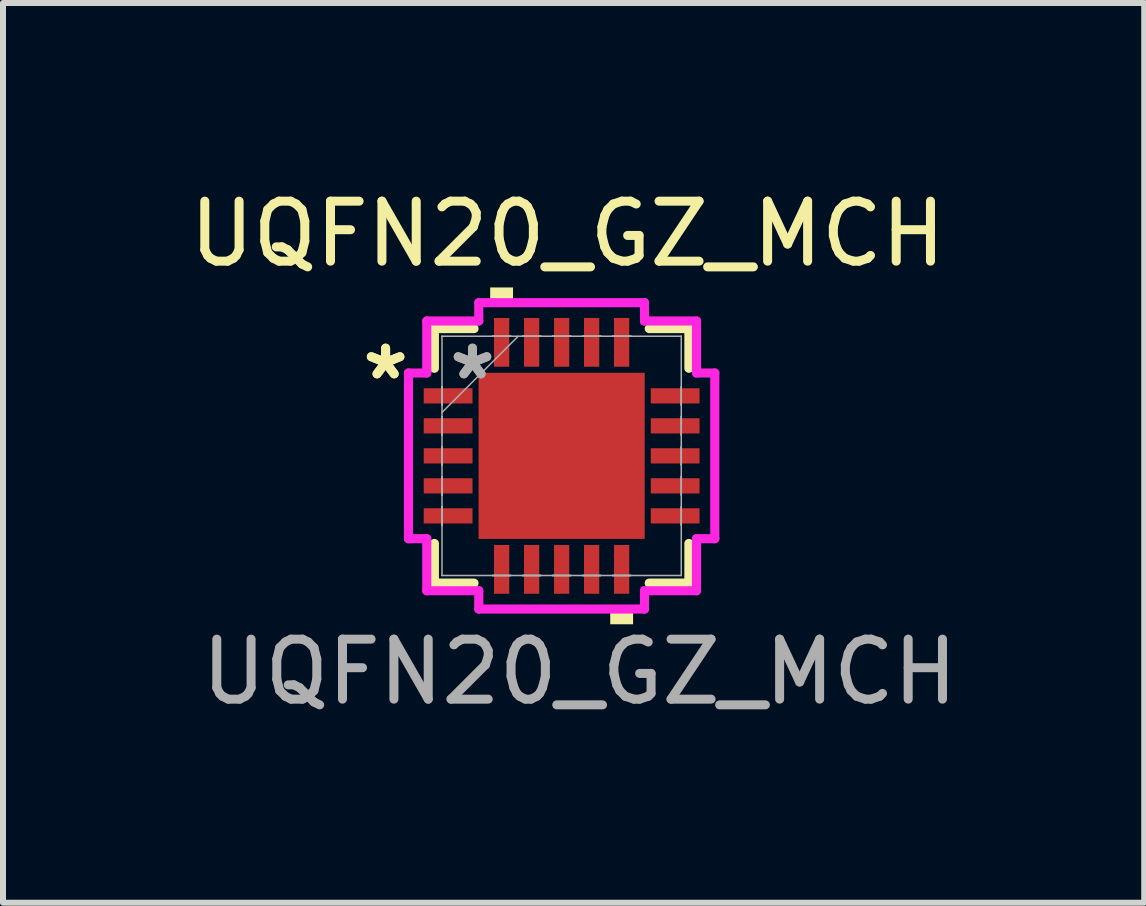
<source format=kicad_pcb>
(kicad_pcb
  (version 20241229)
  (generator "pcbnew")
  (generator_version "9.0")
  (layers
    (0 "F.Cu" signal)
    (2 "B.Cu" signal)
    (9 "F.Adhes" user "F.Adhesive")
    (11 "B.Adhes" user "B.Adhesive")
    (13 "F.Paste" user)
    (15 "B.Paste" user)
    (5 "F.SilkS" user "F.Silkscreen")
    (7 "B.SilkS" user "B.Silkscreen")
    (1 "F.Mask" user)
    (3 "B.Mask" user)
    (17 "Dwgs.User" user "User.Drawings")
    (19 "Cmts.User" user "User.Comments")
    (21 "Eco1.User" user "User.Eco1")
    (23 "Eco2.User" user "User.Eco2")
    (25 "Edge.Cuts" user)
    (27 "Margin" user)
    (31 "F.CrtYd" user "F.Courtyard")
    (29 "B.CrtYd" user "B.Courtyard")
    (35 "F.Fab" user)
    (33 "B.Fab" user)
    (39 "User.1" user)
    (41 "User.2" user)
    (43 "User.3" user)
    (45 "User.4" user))
  (footprint "UQFN20_GZ_MCH"
    (layer "F.Cu")
    (at 6.311 4.548)
    (property "Reference" "UQFN20_GZ_MCH" (at 0.1 -3.7 0) (unlocked yes) (layer "F.SilkS") (effects (font (size 1 1) (thickness 0.15))))
    (attr smd)
    (fp_line (start -2.121 -2.121) (end -2.121 -1.46) (stroke (width 0.152) (type solid)) (layer "F.SilkS"))
    (fp_line (start -2.121 1.46) (end -2.121 2.121) (stroke (width 0.152) (type solid)) (layer "F.SilkS"))
    (fp_line (start -2.121 2.121) (end -1.46 2.121) (stroke (width 0.152) (type solid)) (layer "F.SilkS"))
    (fp_line (start -1.46 -2.121) (end -2.121 -2.121) (stroke (width 0.152) (type solid)) (layer "F.SilkS"))
    (fp_line (start 1.46 2.121) (end 2.121 2.121) (stroke (width 0.152) (type solid)) (layer "F.SilkS"))
    (fp_line (start 2.121 -2.121) (end 1.46 -2.121) (stroke (width 0.152) (type solid)) (layer "F.SilkS"))
    (fp_line (start 2.121 -1.46) (end 2.121 -2.121) (stroke (width 0.152) (type solid)) (layer "F.SilkS"))
    (fp_line (start 2.121 2.121) (end 2.121 1.46) (stroke (width 0.152) (type solid)) (layer "F.SilkS"))
    (fp_poly (pts (xy -1.191 -2.553) (xy -1.191 -2.807) (xy -0.81 -2.807) (xy -0.81 -2.553)) (stroke (width 0) (type solid)) (fill yes) (layer "F.SilkS"))
    (fp_poly (pts (xy 0.81 2.553) (xy 0.81 2.807) (xy 1.191 2.807) (xy 1.191 2.553)) (stroke (width 0) (type solid)) (fill yes) (layer "F.SilkS"))
    (fp_poly (pts (xy -1.284 -1.284) (xy -1.284 -0.1) (xy -0.1 -0.1) (xy -0.1 -1.284)) (stroke (width 0) (type solid)) (fill yes) (layer "F.Paste"))
    (fp_poly (pts (xy -1.284 0.1) (xy -1.284 1.284) (xy -0.1 1.284) (xy -0.1 0.1)) (stroke (width 0) (type solid)) (fill yes) (layer "F.Paste"))
    (fp_poly (pts (xy 0.1 -1.284) (xy 0.1 -0.1) (xy 1.284 -0.1) (xy 1.284 -1.284)) (stroke (width 0) (type solid)) (fill yes) (layer "F.Paste"))
    (fp_poly (pts (xy 0.1 0.1) (xy 0.1 1.284) (xy 1.284 1.284) (xy 1.284 0.1)) (stroke (width 0) (type solid)) (fill yes) (layer "F.Paste"))
    (fp_line (start -2.553 -1.381) (end -2.248 -1.381) (stroke (width 0.152) (type solid)) (layer "F.CrtYd"))
    (fp_line (start -2.553 1.381) (end -2.553 -1.381) (stroke (width 0.152) (type solid)) (layer "F.CrtYd"))
    (fp_line (start -2.248 -2.248) (end -1.381 -2.248) (stroke (width 0.152) (type solid)) (layer "F.CrtYd"))
    (fp_line (start -2.248 -1.381) (end -2.248 -2.248) (stroke (width 0.152) (type solid)) (layer "F.CrtYd"))
    (fp_line (start -2.248 1.381) (end -2.553 1.381) (stroke (width 0.152) (type solid)) (layer "F.CrtYd"))
    (fp_line (start -2.248 2.248) (end -2.248 1.381) (stroke (width 0.152) (type solid)) (layer "F.CrtYd"))
    (fp_line (start -1.381 -2.553) (end 1.381 -2.553) (stroke (width 0.152) (type solid)) (layer "F.CrtYd"))
    (fp_line (start -1.381 -2.248) (end -1.381 -2.553) (stroke (width 0.152) (type solid)) (layer "F.CrtYd"))
    (fp_line (start -1.381 2.248) (end -2.248 2.248) (stroke (width 0.152) (type solid)) (layer "F.CrtYd"))
    (fp_line (start -1.381 2.553) (end -1.381 2.248) (stroke (width 0.152) (type solid)) (layer "F.CrtYd"))
    (fp_line (start 1.381 -2.553) (end 1.381 -2.248) (stroke (width 0.152) (type solid)) (layer "F.CrtYd"))
    (fp_line (start 1.381 -2.248) (end 2.248 -2.248) (stroke (width 0.152) (type solid)) (layer "F.CrtYd"))
    (fp_line (start 1.381 2.248) (end 1.381 2.553) (stroke (width 0.152) (type solid)) (layer "F.CrtYd"))
    (fp_line (start 1.381 2.553) (end -1.381 2.553) (stroke (width 0.152) (type solid)) (layer "F.CrtYd"))
    (fp_line (start 2.248 -2.248) (end 2.248 -1.381) (stroke (width 0.152) (type solid)) (layer "F.CrtYd"))
    (fp_line (start 2.248 -1.381) (end 2.553 -1.381) (stroke (width 0.152) (type solid)) (layer "F.CrtYd"))
    (fp_line (start 2.248 1.381) (end 2.248 2.248) (stroke (width 0.152) (type solid)) (layer "F.CrtYd"))
    (fp_line (start 2.248 2.248) (end 1.381 2.248) (stroke (width 0.152) (type solid)) (layer "F.CrtYd"))
    (fp_line (start 2.553 -1.381) (end 2.553 1.381) (stroke (width 0.152) (type solid)) (layer "F.CrtYd"))
    (fp_line (start 2.553 1.381) (end 2.248 1.381) (stroke (width 0.152) (type solid)) (layer "F.CrtYd"))
    (fp_line (start -1.994 -1.994) (end -1.994 -1.994) (stroke (width 0.025) (type solid)) (layer "F.Fab"))
    (fp_line (start -1.994 -1.994) (end -1.994 1.994) (stroke (width 0.025) (type solid)) (layer "F.Fab"))
    (fp_line (start -1.994 -1.152) (end -1.994 -1.152) (stroke (width 0.025) (type solid)) (layer "F.Fab"))
    (fp_line (start -1.994 -1.152) (end -1.994 -0.848) (stroke (width 0.025) (type solid)) (layer "F.Fab"))
    (fp_line (start -1.994 -0.848) (end -1.994 -1.152) (stroke (width 0.025) (type solid)) (layer "F.Fab"))
    (fp_line (start -1.994 -0.848) (end -1.994 -0.848) (stroke (width 0.025) (type solid)) (layer "F.Fab"))
    (fp_line (start -1.994 -0.724) (end -0.724 -1.994) (stroke (width 0.025) (type solid)) (layer "F.Fab"))
    (fp_line (start -1.994 -0.652) (end -1.994 -0.652) (stroke (width 0.025) (type solid)) (layer "F.Fab"))
    (fp_line (start -1.994 -0.652) (end -1.994 -0.348) (stroke (width 0.025) (type solid)) (layer "F.Fab"))
    (fp_line (start -1.994 -0.348) (end -1.994 -0.652) (stroke (width 0.025) (type solid)) (layer "F.Fab"))
    (fp_line (start -1.994 -0.348) (end -1.994 -0.348) (stroke (width 0.025) (type solid)) (layer "F.Fab"))
    (fp_line (start -1.994 -0.152) (end -1.994 -0.152) (stroke (width 0.025) (type solid)) (layer "F.Fab"))
    (fp_line (start -1.994 -0.152) (end -1.994 0.152) (stroke (width 0.025) (type solid)) (layer "F.Fab"))
    (fp_line (start -1.994 0.152) (end -1.994 -0.152) (stroke (width 0.025) (type solid)) (layer "F.Fab"))
    (fp_line (start -1.994 0.152) (end -1.994 0.152) (stroke (width 0.025) (type solid)) (layer "F.Fab"))
    (fp_line (start -1.994 0.348) (end -1.994 0.348) (stroke (width 0.025) (type solid)) (layer "F.Fab"))
    (fp_line (start -1.994 0.348) (end -1.994 0.652) (stroke (width 0.025) (type solid)) (layer "F.Fab"))
    (fp_line (start -1.994 0.652) (end -1.994 0.348) (stroke (width 0.025) (type solid)) (layer "F.Fab"))
    (fp_line (start -1.994 0.652) (end -1.994 0.652) (stroke (width 0.025) (type solid)) (layer "F.Fab"))
    (fp_line (start -1.994 0.848) (end -1.994 0.848) (stroke (width 0.025) (type solid)) (layer "F.Fab"))
    (fp_line (start -1.994 0.848) (end -1.994 1.152) (stroke (width 0.025) (type solid)) (layer "F.Fab"))
    (fp_line (start -1.994 1.152) (end -1.994 0.848) (stroke (width 0.025) (type solid)) (layer "F.Fab"))
    (fp_line (start -1.994 1.152) (end -1.994 1.152) (stroke (width 0.025) (type solid)) (layer "F.Fab"))
    (fp_line (start -1.994 1.994) (end -1.994 1.994) (stroke (width 0.025) (type solid)) (layer "F.Fab"))
    (fp_line (start -1.994 1.994) (end 1.994 1.994) (stroke (width 0.025) (type solid)) (layer "F.Fab"))
    (fp_line (start -1.152 -1.994) (end -1.152 -1.994) (stroke (width 0.025) (type solid)) (layer "F.Fab"))
    (fp_line (start -1.152 -1.994) (end -0.848 -1.994) (stroke (width 0.025) (type solid)) (layer "F.Fab"))
    (fp_line (start -1.152 1.994) (end -1.152 1.994) (stroke (width 0.025) (type solid)) (layer "F.Fab"))
    (fp_line (start -1.152 1.994) (end -0.848 1.994) (stroke (width 0.025) (type solid)) (layer "F.Fab"))
    (fp_line (start -0.848 -1.994) (end -1.152 -1.994) (stroke (width 0.025) (type solid)) (layer "F.Fab"))
    (fp_line (start -0.848 -1.994) (end -0.848 -1.994) (stroke (width 0.025) (type solid)) (layer "F.Fab"))
    (fp_line (start -0.848 1.994) (end -1.152 1.994) (stroke (width 0.025) (type solid)) (layer "F.Fab"))
    (fp_line (start -0.848 1.994) (end -0.848 1.994) (stroke (width 0.025) (type solid)) (layer "F.Fab"))
    (fp_line (start -0.652 -1.994) (end -0.652 -1.994) (stroke (width 0.025) (type solid)) (layer "F.Fab"))
    (fp_line (start -0.652 -1.994) (end -0.348 -1.994) (stroke (width 0.025) (type solid)) (layer "F.Fab"))
    (fp_line (start -0.652 1.994) (end -0.652 1.994) (stroke (width 0.025) (type solid)) (layer "F.Fab"))
    (fp_line (start -0.652 1.994) (end -0.348 1.994) (stroke (width 0.025) (type solid)) (layer "F.Fab"))
    (fp_line (start -0.348 -1.994) (end -0.652 -1.994) (stroke (width 0.025) (type solid)) (layer "F.Fab"))
    (fp_line (start -0.348 -1.994) (end -0.348 -1.994) (stroke (width 0.025) (type solid)) (layer "F.Fab"))
    (fp_line (start -0.348 1.994) (end -0.652 1.994) (stroke (width 0.025) (type solid)) (layer "F.Fab"))
    (fp_line (start -0.348 1.994) (end -0.348 1.994) (stroke (width 0.025) (type solid)) (layer "F.Fab"))
    (fp_line (start -0.152 -1.994) (end -0.152 -1.994) (stroke (width 0.025) (type solid)) (layer "F.Fab"))
    (fp_line (start -0.152 -1.994) (end 0.152 -1.994) (stroke (width 0.025) (type solid)) (layer "F.Fab"))
    (fp_line (start -0.152 1.994) (end -0.152 1.994) (stroke (width 0.025) (type solid)) (layer "F.Fab"))
    (fp_line (start -0.152 1.994) (end 0.152 1.994) (stroke (width 0.025) (type solid)) (layer "F.Fab"))
    (fp_line (start 0.152 -1.994) (end -0.152 -1.994) (stroke (width 0.025) (type solid)) (layer "F.Fab"))
    (fp_line (start 0.152 -1.994) (end 0.152 -1.994) (stroke (width 0.025) (type solid)) (layer "F.Fab"))
    (fp_line (start 0.152 1.994) (end -0.152 1.994) (stroke (width 0.025) (type solid)) (layer "F.Fab"))
    (fp_line (start 0.152 1.994) (end 0.152 1.994) (stroke (width 0.025) (type solid)) (layer "F.Fab"))
    (fp_line (start 0.348 -1.994) (end 0.348 -1.994) (stroke (width 0.025) (type solid)) (layer "F.Fab"))
    (fp_line (start 0.348 -1.994) (end 0.652 -1.994) (stroke (width 0.025) (type solid)) (layer "F.Fab"))
    (fp_line (start 0.348 1.994) (end 0.348 1.994) (stroke (width 0.025) (type solid)) (layer "F.Fab"))
    (fp_line (start 0.348 1.994) (end 0.652 1.994) (stroke (width 0.025) (type solid)) (layer "F.Fab"))
    (fp_line (start 0.652 -1.994) (end 0.348 -1.994) (stroke (width 0.025) (type solid)) (layer "F.Fab"))
    (fp_line (start 0.652 -1.994) (end 0.652 -1.994) (stroke (width 0.025) (type solid)) (layer "F.Fab"))
    (fp_line (start 0.652 1.994) (end 0.348 1.994) (stroke (width 0.025) (type solid)) (layer "F.Fab"))
    (fp_line (start 0.652 1.994) (end 0.652 1.994) (stroke (width 0.025) (type solid)) (layer "F.Fab"))
    (fp_line (start 0.848 -1.994) (end 0.848 -1.994) (stroke (width 0.025) (type solid)) (layer "F.Fab"))
    (fp_line (start 0.848 -1.994) (end 1.152 -1.994) (stroke (width 0.025) (type solid)) (layer "F.Fab"))
    (fp_line (start 0.848 1.994) (end 0.848 1.994) (stroke (width 0.025) (type solid)) (layer "F.Fab"))
    (fp_line (start 0.848 1.994) (end 1.152 1.994) (stroke (width 0.025) (type solid)) (layer "F.Fab"))
    (fp_line (start 1.152 -1.994) (end 0.848 -1.994) (stroke (width 0.025) (type solid)) (layer "F.Fab"))
    (fp_line (start 1.152 -1.994) (end 1.152 -1.994) (stroke (width 0.025) (type solid)) (layer "F.Fab"))
    (fp_line (start 1.152 1.994) (end 0.848 1.994) (stroke (width 0.025) (type solid)) (layer "F.Fab"))
    (fp_line (start 1.152 1.994) (end 1.152 1.994) (stroke (width 0.025) (type solid)) (layer "F.Fab"))
    (fp_line (start 1.994 -1.994) (end -1.994 -1.994) (stroke (width 0.025) (type solid)) (layer "F.Fab"))
    (fp_line (start 1.994 -1.994) (end 1.994 -1.994) (stroke (width 0.025) (type solid)) (layer "F.Fab"))
    (fp_line (start 1.994 -1.152) (end 1.994 -1.152) (stroke (width 0.025) (type solid)) (layer "F.Fab"))
    (fp_line (start 1.994 -1.152) (end 1.994 -0.848) (stroke (width 0.025) (type solid)) (layer "F.Fab"))
    (fp_line (start 1.994 -0.848) (end 1.994 -1.152) (stroke (width 0.025) (type solid)) (layer "F.Fab"))
    (fp_line (start 1.994 -0.848) (end 1.994 -0.848) (stroke (width 0.025) (type solid)) (layer "F.Fab"))
    (fp_line (start 1.994 -0.652) (end 1.994 -0.652) (stroke (width 0.025) (type solid)) (layer "F.Fab"))
    (fp_line (start 1.994 -0.652) (end 1.994 -0.348) (stroke (width 0.025) (type solid)) (layer "F.Fab"))
    (fp_line (start 1.994 -0.348) (end 1.994 -0.652) (stroke (width 0.025) (type solid)) (layer "F.Fab"))
    (fp_line (start 1.994 -0.348) (end 1.994 -0.348) (stroke (width 0.025) (type solid)) (layer "F.Fab"))
    (fp_line (start 1.994 -0.152) (end 1.994 -0.152) (stroke (width 0.025) (type solid)) (layer "F.Fab"))
    (fp_line (start 1.994 -0.152) (end 1.994 0.152) (stroke (width 0.025) (type solid)) (layer "F.Fab"))
    (fp_line (start 1.994 0.152) (end 1.994 -0.152) (stroke (width 0.025) (type solid)) (layer "F.Fab"))
    (fp_line (start 1.994 0.152) (end 1.994 0.152) (stroke (width 0.025) (type solid)) (layer "F.Fab"))
    (fp_line (start 1.994 0.348) (end 1.994 0.348) (stroke (width 0.025) (type solid)) (layer "F.Fab"))
    (fp_line (start 1.994 0.348) (end 1.994 0.652) (stroke (width 0.025) (type solid)) (layer "F.Fab"))
    (fp_line (start 1.994 0.652) (end 1.994 0.348) (stroke (width 0.025) (type solid)) (layer "F.Fab"))
    (fp_line (start 1.994 0.652) (end 1.994 0.652) (stroke (width 0.025) (type solid)) (layer "F.Fab"))
    (fp_line (start 1.994 0.848) (end 1.994 0.848) (stroke (width 0.025) (type solid)) (layer "F.Fab"))
    (fp_line (start 1.994 0.848) (end 1.994 1.152) (stroke (width 0.025) (type solid)) (layer "F.Fab"))
    (fp_line (start 1.994 1.152) (end 1.994 0.848) (stroke (width 0.025) (type solid)) (layer "F.Fab"))
    (fp_line (start 1.994 1.152) (end 1.994 1.152) (stroke (width 0.025) (type solid)) (layer "F.Fab"))
    (fp_line (start 1.994 1.994) (end 1.994 -1.994) (stroke (width 0.025) (type solid)) (layer "F.Fab"))
    (fp_line (start 1.994 1.994) (end 1.994 1.994) (stroke (width 0.025) (type solid)) (layer "F.Fab"))
    (fp_text user "*" (at -2.934 -1.25 0) (unlocked yes) (layer "F.SilkS") (effects (font (size 1 1) (thickness 0.15))))
    (fp_text user "*" (at -2.934 -1.25 0) (layer "F.SilkS") (effects (font (size 1 1) (thickness 0.15))))
    (fp_text user "*" (at -1.486 -1.25 0) (unlocked yes) (layer "F.Fab") (effects (font (size 1 1) (thickness 0.15))))
    (fp_text user "${REFERENCE}" (at 0.3 3.6 0) (unlocked yes) (layer "F.Fab") (effects (font (size 1 1) (thickness 0.15))))
    (fp_text user "*" (at -1.486 -1.25 0) (layer "F.Fab") (effects (font (size 1 1) (thickness 0.15))))
    (pad "1" smd rect (at -1.892 -1 90) (size 0.254 0.813) (layers "F.Cu" "F.Mask" "F.Paste"))
    (pad "2" smd rect (at -1.892 -0.5 90) (size 0.254 0.813) (layers "F.Cu" "F.Mask" "F.Paste"))
    (pad "3" smd rect (at -1.892 0 90) (size 0.254 0.813) (layers "F.Cu" "F.Mask" "F.Paste"))
    (pad "4" smd rect (at -1.892 0.5 90) (size 0.254 0.813) (layers "F.Cu" "F.Mask" "F.Paste"))
    (pad "5" smd rect (at -1.892 1 90) (size 0.254 0.813) (layers "F.Cu" "F.Mask" "F.Paste"))
    (pad "6" smd rect (at -1 1.892) (size 0.254 0.813) (layers "F.Cu" "F.Mask" "F.Paste"))
    (pad "7" smd rect (at -0.5 1.892) (size 0.254 0.813) (layers "F.Cu" "F.Mask" "F.Paste"))
    (pad "8" smd rect (at 0 1.892) (size 0.254 0.813) (layers "F.Cu" "F.Mask" "F.Paste"))
    (pad "9" smd rect (at 0.5 1.892) (size 0.254 0.813) (layers "F.Cu" "F.Mask" "F.Paste"))
    (pad "10" smd rect (at 1 1.892) (size 0.254 0.813) (layers "F.Cu" "F.Mask" "F.Paste"))
    (pad "11" smd rect (at 1.892 1 90) (size 0.254 0.813) (layers "F.Cu" "F.Mask" "F.Paste"))
    (pad "12" smd rect (at 1.892 0.5 90) (size 0.254 0.813) (layers "F.Cu" "F.Mask" "F.Paste"))
    (pad "13" smd rect (at 1.892 0 90) (size 0.254 0.813) (layers "F.Cu" "F.Mask" "F.Paste"))
    (pad "14" smd rect (at 1.892 -0.5 90) (size 0.254 0.813) (layers "F.Cu" "F.Mask" "F.Paste"))
    (pad "15" smd rect (at 1.892 -1 90) (size 0.254 0.813) (layers "F.Cu" "F.Mask" "F.Paste"))
    (pad "16" smd rect (at 1 -1.892) (size 0.254 0.813) (layers "F.Cu" "F.Mask" "F.Paste"))
    (pad "17" smd rect (at 0.5 -1.892) (size 0.254 0.813) (layers "F.Cu" "F.Mask" "F.Paste"))
    (pad "18" smd rect (at 0 -1.892) (size 0.254 0.813) (layers "F.Cu" "F.Mask" "F.Paste"))
    (pad "19" smd rect (at -0.5 -1.892) (size 0.254 0.813) (layers "F.Cu" "F.Mask" "F.Paste"))
    (pad "20" smd rect (at -1 -1.892) (size 0.254 0.813) (layers "F.Cu" "F.Mask" "F.Paste"))
    (pad "21" smd rect (at 0 0) (size 2.769 2.769) (layers "F.Cu" "F.Mask" "F.Paste")))
  (gr_rect
    (start -3 -3)
    (end 16.021 11.996)
    (stroke (width 0.1) (type default))
    (fill no)
    (layer "Edge.Cuts")))
</source>
